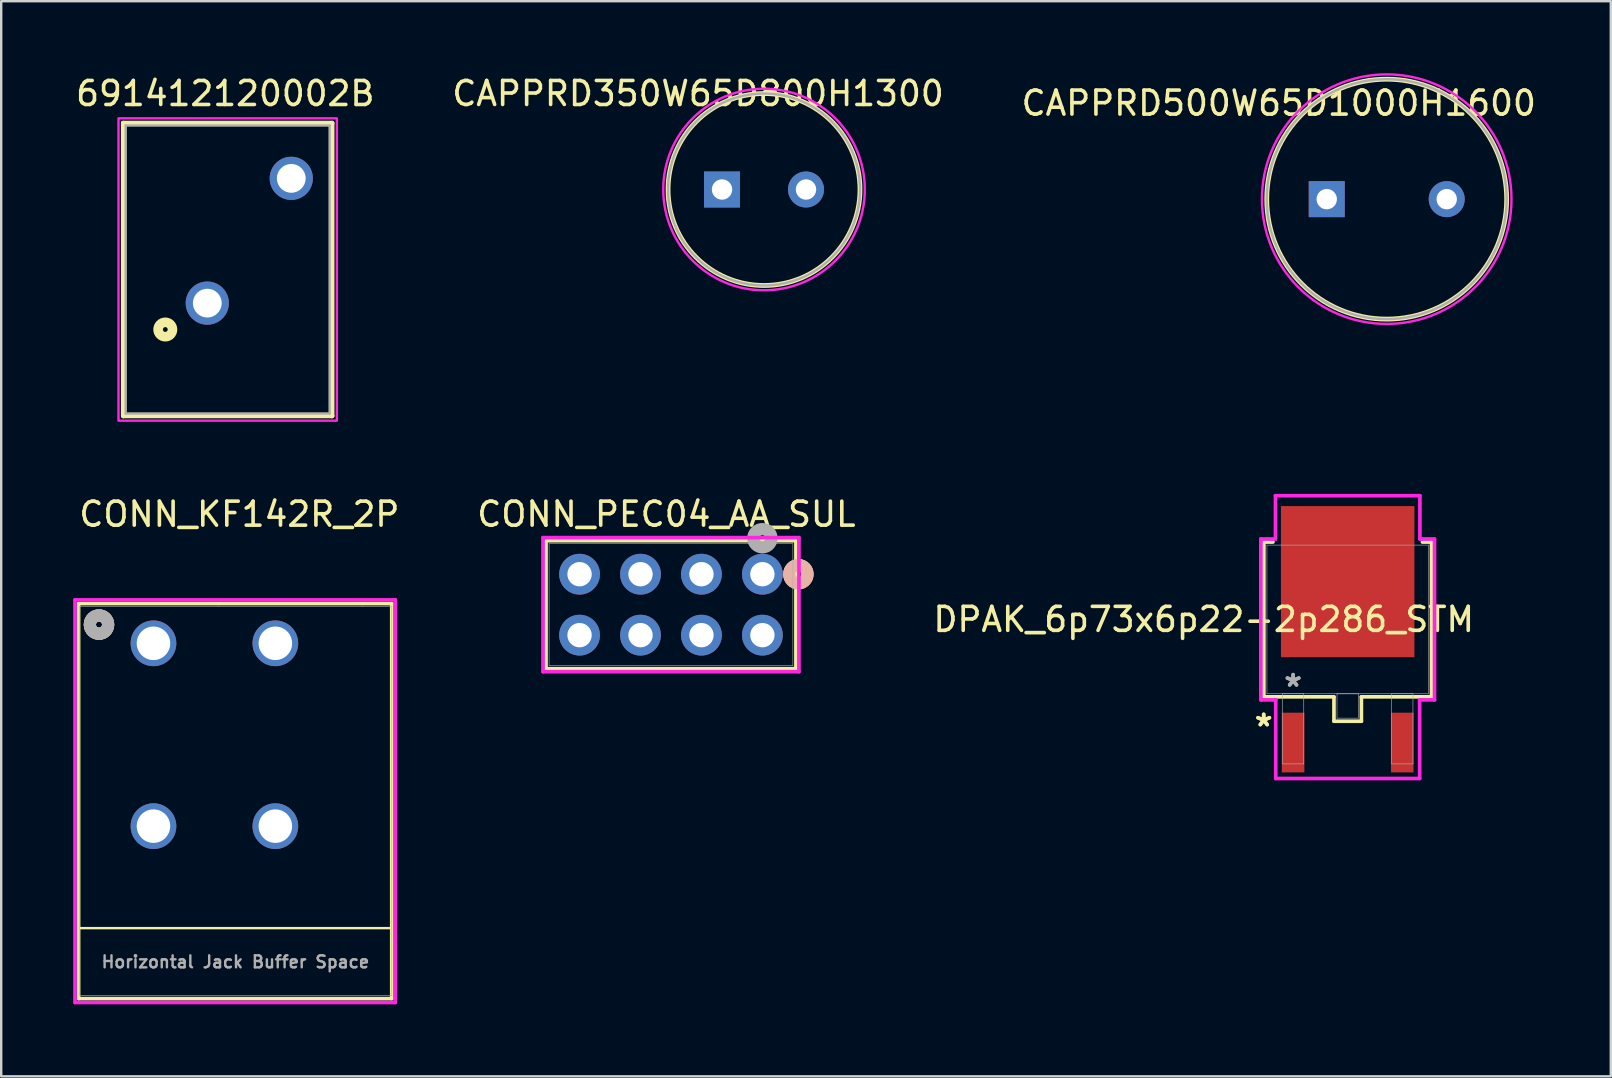
<source format=kicad_pcb>
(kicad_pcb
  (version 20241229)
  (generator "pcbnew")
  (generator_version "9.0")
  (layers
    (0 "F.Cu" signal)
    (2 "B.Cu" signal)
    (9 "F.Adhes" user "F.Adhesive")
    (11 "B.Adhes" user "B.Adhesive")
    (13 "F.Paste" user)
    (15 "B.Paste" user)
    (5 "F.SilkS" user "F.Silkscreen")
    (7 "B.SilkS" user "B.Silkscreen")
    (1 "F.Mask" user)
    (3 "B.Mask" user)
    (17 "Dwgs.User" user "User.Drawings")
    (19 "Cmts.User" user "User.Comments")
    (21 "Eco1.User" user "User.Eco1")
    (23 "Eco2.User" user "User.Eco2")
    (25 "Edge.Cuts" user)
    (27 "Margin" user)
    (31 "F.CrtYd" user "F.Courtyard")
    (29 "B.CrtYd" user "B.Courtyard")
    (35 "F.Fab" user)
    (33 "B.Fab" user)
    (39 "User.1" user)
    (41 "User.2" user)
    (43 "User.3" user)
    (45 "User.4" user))
  (footprint "CONN_KF142R_2P"
    (layer "F.Cu")
    (at 8.426 31.381)
    (property "Reference" "CONN_KF142R_2P" (at -1.5 -13 0) (unlocked yes) (layer "F.SilkS") (effects (font (size 1 1) (thickness 0.15))))
    (attr through_hole)
    (fp_line (start -8.2 -9.277) (end -8.2 7.189) (stroke (width 0.152) (type solid)) (layer "F.SilkS"))
    (fp_line (start -8.2 4.25) (end 4.85 4.25) (stroke (width 0.1) (type default)) (layer "F.SilkS"))
    (fp_line (start -8.2 7.189) (end 4.85 7.189) (stroke (width 0.152) (type solid)) (layer "F.SilkS"))
    (fp_line (start 4.85 -9.277) (end -8.2 -9.277) (stroke (width 0.152) (type solid)) (layer "F.SilkS"))
    (fp_line (start 4.85 7.189) (end 4.85 -9.277) (stroke (width 0.152) (type solid)) (layer "F.SilkS"))
    (fp_circle (center -7.35 -8.4) (end -6.969 -8.4) (stroke (width 0.508) (type solid)) (fill no) (layer "F.SilkS"))
    (fp_circle (center -7.35 -8.4) (end -6.969 -8.4) (stroke (width 0.508) (type solid)) (fill no) (layer "B.SilkS"))
    (fp_line (start -8.35 -9.43) (end -8.35 7.35) (stroke (width 0.152) (type solid)) (layer "F.CrtYd"))
    (fp_line (start -8.35 7.35) (end 5 7.35) (stroke (width 0.152) (type solid)) (layer "F.CrtYd"))
    (fp_line (start 5 -9.43) (end -8.35 -9.43) (stroke (width 0.152) (type solid)) (layer "F.CrtYd"))
    (fp_line (start 5 7.35) (end 5 -9.43) (stroke (width 0.152) (type solid)) (layer "F.CrtYd"))
    (fp_line (start -8.166 -9.15) (end -8.166 7.062) (stroke (width 0.025) (type solid)) (layer "F.Fab"))
    (fp_line (start -8.166 7.062) (end 4.85 7.062) (stroke (width 0.025) (type solid)) (layer "F.Fab"))
    (fp_line (start 4.85 -9.156) (end -8.166 -9.15) (stroke (width 0.025) (type solid)) (layer "F.Fab"))
    (fp_line (start 4.85 7.062) (end 4.85 -9.156) (stroke (width 0.025) (type solid)) (layer "F.Fab"))
    (fp_circle (center -7.35 -8.4) (end -6.969 -8.4) (stroke (width 0.508) (type solid)) (fill no) (layer "F.Fab"))
    (fp_text user "Horizontal Jack Buffer Space" (at -7.3 5.95 0) (unlocked yes) (layer "F.Fab") (effects (font (size 0.5 0.5) (thickness 0.1)) (justify left bottom)))
    (pad "1" thru_hole circle (at -5.08 -7.62) (size 1.905 1.905) (drill 1.397) (layers "*.Cu" "*.Mask"))
    (pad "2" thru_hole circle (at -5.08 0) (size 1.905 1.905) (drill 1.397) (layers "*.Cu" "*.Mask"))
    (pad "3" thru_hole circle (at 0 -7.62) (size 1.905 1.905) (drill 1.397) (layers "*.Cu" "*.Mask"))
    (pad "4" thru_hole circle (at 0 0) (size 1.905 1.905) (drill 1.397) (layers "*.Cu" "*.Mask")))
  (footprint "CAPPRD500W65D1000H1600"
    (layer "F.Cu")
    (at 52.244 5.25)
    (property "Reference" "CAPPRD500W65D1000H1600" (at -2 -4 0) (layer "F.SilkS") (effects (font (size 1 1) (thickness 0.15))))
    (attr through_hole)
    (fp_circle (center 2.5 0) (end 2.5 5) (stroke (width 0.2) (type solid)) (fill no) (layer "F.SilkS"))
    (fp_circle (center 2.5 0) (end 7.7 0) (stroke (width 0.1) (type default)) (fill no) (layer "F.CrtYd"))
    (fp_circle (center 2.5 0) (end 2.5 5) (stroke (width 0.1) (type solid)) (fill no) (layer "F.Fab"))
    (pad "1" thru_hole rect (at 0 0) (size 1.5 1.5) (drill 0.85) (layers "*.Cu" "*.Mask"))
    (pad "2" thru_hole circle (at 5 0) (size 1.5 1.5) (drill 0.85) (layers "*.Cu" "*.Mask")))
  (footprint "691412120002B"
    (layer "F.Cu")
    (at 7.339 6.983)
    (property "Reference" "691412120002B" (at -1 -6.135 0) (layer "F.SilkS") (effects (font (size 1 1) (thickness 0.15))))
    (attr through_hole)
    (fp_line (start -5.25 -4.9) (end 3.45 -4.9) (stroke (width 0.2) (type solid)) (layer "F.SilkS"))
    (fp_line (start -5.25 7.3) (end -5.25 -4.9) (stroke (width 0.2) (type solid)) (layer "F.SilkS"))
    (fp_line (start 3.45 -4.9) (end 3.45 7.3) (stroke (width 0.2) (type solid)) (layer "F.SilkS"))
    (fp_line (start 3.45 7.3) (end -5.25 7.3) (stroke (width 0.2) (type solid)) (layer "F.SilkS"))
    (fp_circle (center -3.5 3.7) (end -3.4 3.7) (stroke (width 0.4) (type solid)) (fill no) (layer "F.SilkS"))
    (fp_poly (pts (xy -5.45 -5.1) (xy 3.65 -5.1) (xy 3.65 7.5) (xy -5.45 7.5)) (stroke (width 0.1) (type solid)) (fill no) (layer "F.CrtYd"))
    (fp_line (start -5.15 -4.8) (end 3.35 -4.8) (stroke (width 0.1) (type solid)) (layer "F.Fab"))
    (fp_line (start -5.15 7.2) (end -5.15 -4.8) (stroke (width 0.1) (type solid)) (layer "F.Fab"))
    (fp_line (start 3.35 -4.8) (end 3.35 7.2) (stroke (width 0.1) (type solid)) (layer "F.Fab"))
    (fp_line (start 3.35 7.2) (end -5.15 7.2) (stroke (width 0.1) (type solid)) (layer "F.Fab"))
    (pad "1" thru_hole circle (at -1.75 2.6) (size 1.8 1.8) (drill 1.2) (layers "*.Cu" "*.Mask"))
    (pad "2" thru_hole circle (at 1.75 -2.6) (size 1.8 1.8) (drill 1.2) (layers "*.Cu" "*.Mask")))
  (footprint "CAPPRD350W65D800H1300"
    (layer "F.Cu")
    (at 27.042 4.848)
    (property "Reference" "CAPPRD350W65D800H1300" (at -1 -4 0) (layer "F.SilkS") (effects (font (size 1 1) (thickness 0.15))))
    (attr through_hole)
    (fp_circle (center 1.75 0) (end 5.75 0) (stroke (width 0.2) (type solid)) (fill no) (layer "F.SilkS"))
    (fp_circle (center 1.75 0) (end 5.95 0) (stroke (width 0.1) (type default)) (fill no) (layer "F.CrtYd"))
    (fp_circle (center 1.75 0) (end 5.75 0) (stroke (width 0.1) (type solid)) (fill no) (layer "F.Fab"))
    (pad "1" thru_hole rect (at 0 0) (size 1.5 1.5) (drill 0.85) (layers "*.Cu" "*.Mask"))
    (pad "2" thru_hole circle (at 3.5 0) (size 1.5 1.5) (drill 0.85) (layers "*.Cu" "*.Mask")))
  (footprint "DPAK_6p73x6p22-2p286_STM"
    (layer "F.Cu")
    (at 53.117 22.766)
    (property "Reference" "DPAK_6p73x6p22-2p286_STM" (at -6 0 0) (unlocked yes) (layer "F.SilkS") (effects (font (size 1 1) (thickness 0.15))))
    (attr smd)
    (fp_line (start -3.493 -3.226) (end -3.493 3.226) (stroke (width 0.152) (type solid)) (layer "F.SilkS"))
    (fp_line (start -3.493 3.226) (end -0.572 3.226) (stroke (width 0.152) (type solid)) (layer "F.SilkS"))
    (fp_line (start -3.114 -3.226) (end -3.493 -3.226) (stroke (width 0.152) (type solid)) (layer "F.SilkS"))
    (fp_line (start -0.572 3.226) (end -0.572 4.242) (stroke (width 0.152) (type solid)) (layer "F.SilkS"))
    (fp_line (start -0.572 4.242) (end 0.572 4.242) (stroke (width 0.152) (type solid)) (layer "F.SilkS"))
    (fp_line (start 0.572 3.226) (end 3.493 3.226) (stroke (width 0.152) (type solid)) (layer "F.SilkS"))
    (fp_line (start 0.572 4.242) (end 0.572 3.226) (stroke (width 0.152) (type solid)) (layer "F.SilkS"))
    (fp_line (start 3.493 -3.226) (end 3.114 -3.226) (stroke (width 0.152) (type solid)) (layer "F.SilkS"))
    (fp_line (start 3.493 3.226) (end 3.493 -3.226) (stroke (width 0.152) (type solid)) (layer "F.SilkS"))
    (fp_line (start -3.619 -3.353) (end -3.01 -3.353) (stroke (width 0.152) (type solid)) (layer "F.CrtYd"))
    (fp_line (start -3.619 3.353) (end -3.619 -3.353) (stroke (width 0.152) (type solid)) (layer "F.CrtYd"))
    (fp_line (start -3.01 -5.156) (end 3.01 -5.156) (stroke (width 0.152) (type solid)) (layer "F.CrtYd"))
    (fp_line (start -3.01 -3.353) (end -3.01 -5.156) (stroke (width 0.152) (type solid)) (layer "F.CrtYd"))
    (fp_line (start -2.999 3.353) (end -3.619 3.353) (stroke (width 0.152) (type solid)) (layer "F.CrtYd"))
    (fp_line (start -2.999 6.629) (end -2.999 3.353) (stroke (width 0.152) (type solid)) (layer "F.CrtYd"))
    (fp_line (start 2.999 3.353) (end 2.999 6.629) (stroke (width 0.152) (type solid)) (layer "F.CrtYd"))
    (fp_line (start 2.999 6.629) (end -2.999 6.629) (stroke (width 0.152) (type solid)) (layer "F.CrtYd"))
    (fp_line (start 3.01 -5.156) (end 3.01 -3.353) (stroke (width 0.152) (type solid)) (layer "F.CrtYd"))
    (fp_line (start 3.01 -3.353) (end 3.619 -3.353) (stroke (width 0.152) (type solid)) (layer "F.CrtYd"))
    (fp_line (start 3.619 -3.353) (end 3.619 3.353) (stroke (width 0.152) (type solid)) (layer "F.CrtYd"))
    (fp_line (start 3.619 3.353) (end 2.999 3.353) (stroke (width 0.152) (type solid)) (layer "F.CrtYd"))
    (fp_line (start -3.365 -3.099) (end -3.365 3.099) (stroke (width 0.025) (type solid)) (layer "F.Fab"))
    (fp_line (start -3.365 3.099) (end 3.365 3.099) (stroke (width 0.025) (type solid)) (layer "F.Fab"))
    (fp_line (start -2.72 3.099) (end -2.72 6.02) (stroke (width 0.025) (type solid)) (layer "F.Fab"))
    (fp_line (start -2.72 6.02) (end -1.831 6.02) (stroke (width 0.025) (type solid)) (layer "F.Fab"))
    (fp_line (start -1.831 3.099) (end -2.72 3.099) (stroke (width 0.025) (type solid)) (layer "F.Fab"))
    (fp_line (start -1.831 6.02) (end -1.831 3.099) (stroke (width 0.025) (type solid)) (layer "F.Fab"))
    (fp_line (start -0.445 3.099) (end -0.445 4.115) (stroke (width 0.025) (type solid)) (layer "F.Fab"))
    (fp_line (start -0.445 4.115) (end 0.445 4.115) (stroke (width 0.025) (type solid)) (layer "F.Fab"))
    (fp_line (start 0.445 3.099) (end -0.445 3.099) (stroke (width 0.025) (type solid)) (layer "F.Fab"))
    (fp_line (start 0.445 4.115) (end 0.445 3.099) (stroke (width 0.025) (type solid)) (layer "F.Fab"))
    (fp_line (start 1.831 3.099) (end 1.831 6.02) (stroke (width 0.025) (type solid)) (layer "F.Fab"))
    (fp_line (start 1.831 6.02) (end 2.72 6.02) (stroke (width 0.025) (type solid)) (layer "F.Fab"))
    (fp_line (start 2.72 3.099) (end 1.831 3.099) (stroke (width 0.025) (type solid)) (layer "F.Fab"))
    (fp_line (start 2.72 6.02) (end 2.72 3.099) (stroke (width 0.025) (type solid)) (layer "F.Fab"))
    (fp_line (start 3.365 -3.099) (end -3.365 -3.099) (stroke (width 0.025) (type solid)) (layer "F.Fab"))
    (fp_line (start 3.365 3.099) (end 3.365 -3.099) (stroke (width 0.025) (type solid)) (layer "F.Fab"))
    (fp_text user "*" (at -3.5 4.5 0) (layer "F.SilkS") (effects (font (size 1 1) (thickness 0.15))))
    (fp_text user "*" (at -3.5 4.5 0) (unlocked yes) (layer "F.SilkS") (effects (font (size 1 1) (thickness 0.15))))
    (fp_text user "*" (at -2.275 2.845 0) (unlocked yes) (layer "F.Fab") (effects (font (size 1 1) (thickness 0.15))))
    (fp_text user "*" (at -2.275 2.845 0) (layer "F.Fab") (effects (font (size 1 1) (thickness 0.15))))
    (pad "1" smd rect (at -2.275 5.131) (size 0.94 2.489) (layers "F.Cu" "F.Mask" "F.Paste"))
    (pad "2" smd rect (at 0 -1.575) (size 5.563 6.299) (layers "F.Cu" "F.Mask" "F.Paste"))
    (pad "3" smd rect (at 2.275 5.131) (size 0.94 2.489) (layers "F.Cu" "F.Mask" "F.Paste")))
  (footprint "CONN_PEC04_AA_SUL"
    (layer "F.Cu")
    (at 28.724 20.881)
    (property "Reference" "CONN_PEC04_AA_SUL" (at -4 -2.5 0) (unlocked yes) (layer "F.SilkS") (effects (font (size 1 1) (thickness 0.15))))
    (attr through_hole)
    (fp_line (start -9.017 -1.397) (end -9.017 3.937) (stroke (width 0.152) (type solid)) (layer "F.SilkS"))
    (fp_line (start -9.017 3.937) (end 1.397 3.937) (stroke (width 0.152) (type solid)) (layer "F.SilkS"))
    (fp_line (start 1.397 -1.397) (end -9.017 -1.397) (stroke (width 0.152) (type solid)) (layer "F.SilkS"))
    (fp_line (start 1.397 3.937) (end 1.397 -1.397) (stroke (width 0.152) (type solid)) (layer "F.SilkS"))
    (fp_circle (center 1.5 0) (end 1.881 0) (stroke (width 0.508) (type solid)) (fill no) (layer "F.SilkS"))
    (fp_circle (center 1.5 0) (end 1.881 0) (stroke (width 0.508) (type solid)) (fill no) (layer "B.SilkS"))
    (fp_line (start -9.144 -1.524) (end -9.144 4.064) (stroke (width 0.152) (type solid)) (layer "F.CrtYd"))
    (fp_line (start -9.144 4.064) (end 1.524 4.064) (stroke (width 0.152) (type solid)) (layer "F.CrtYd"))
    (fp_line (start 1.524 -1.524) (end -9.144 -1.524) (stroke (width 0.152) (type solid)) (layer "F.CrtYd"))
    (fp_line (start 1.524 4.064) (end 1.524 -1.524) (stroke (width 0.152) (type solid)) (layer "F.CrtYd"))
    (fp_line (start -8.89 -1.27) (end -8.89 3.81) (stroke (width 0.025) (type solid)) (layer "F.Fab"))
    (fp_line (start -8.89 3.81) (end 1.27 3.81) (stroke (width 0.025) (type solid)) (layer "F.Fab"))
    (fp_line (start 1.27 -1.27) (end -8.89 -1.27) (stroke (width 0.025) (type solid)) (layer "F.Fab"))
    (fp_line (start 1.27 3.81) (end 1.27 -1.27) (stroke (width 0.025) (type solid)) (layer "F.Fab"))
    (fp_circle (center 0 -1.5) (end 0.381 -1.5) (stroke (width 0.508) (type solid)) (fill no) (layer "F.Fab"))
    (pad "1" thru_hole circle (at 0 0) (size 1.7 1.7) (drill 1.016) (layers "*.Cu" "*.Mask"))
    (pad "2" thru_hole circle (at -2.54 0) (size 1.7 1.7) (drill 1.016) (layers "*.Cu" "*.Mask"))
    (pad "3" thru_hole circle (at -5.08 0) (size 1.7 1.7) (drill 1.016) (layers "*.Cu" "*.Mask"))
    (pad "4" thru_hole circle (at -7.62 0) (size 1.7 1.7) (drill 1.016) (layers "*.Cu" "*.Mask"))
    (pad "5" thru_hole circle (at 0 2.54) (size 1.7 1.7) (drill 1.016) (layers "*.Cu" "*.Mask"))
    (pad "6" thru_hole circle (at -2.54 2.54) (size 1.7 1.7) (drill 1.016) (layers "*.Cu" "*.Mask"))
    (pad "7" thru_hole circle (at -5.08 2.54) (size 1.7 1.7) (drill 1.016) (layers "*.Cu" "*.Mask"))
    (pad "8" thru_hole circle (at -7.62 2.54) (size 1.7 1.7) (drill 1.016) (layers "*.Cu" "*.Mask")))
  (gr_rect
    (start -3 -3)
    (end 64.083 41.808)
    (stroke (width 0.1) (type default))
    (fill no)
    (layer "Edge.Cuts")))
</source>
